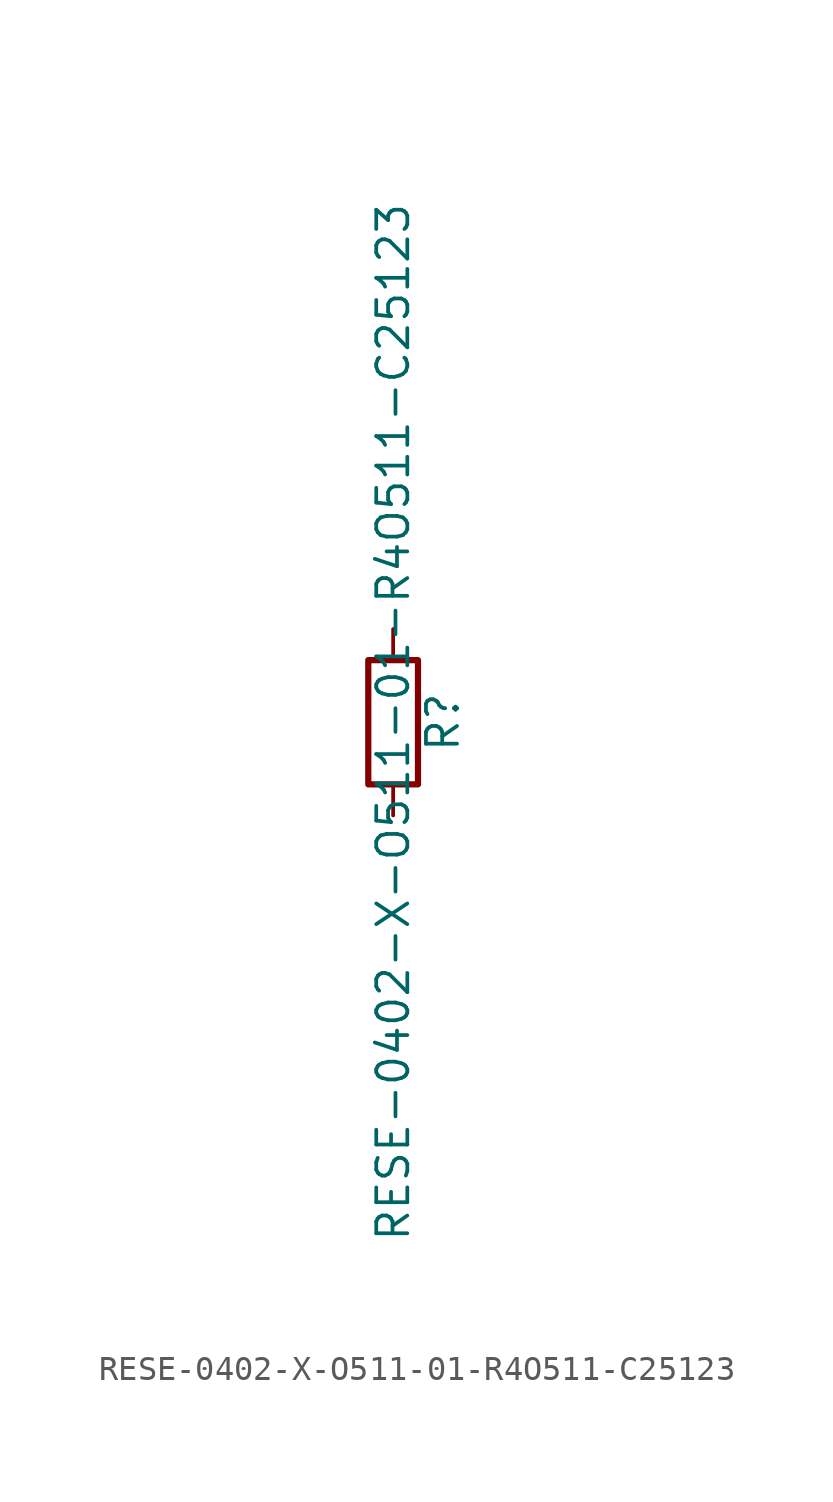
<source format=kicad_sym>
(kicad_symbol_lib
  (version 20211014)
  (generator kicad_symbol_editor)
  (symbol "RESE-0402-X-O511-01-R4O511-C25123"
    (pin_numbers hide)
    (pin_names
      (offset 0))
    (property "Reference" "R"
      (at 2.032 0 90)
      (effects (font (size 1.27 1.27))))
    (property "Value" "RESE-0402-X-O511-01-R4O511-C25123"
      (at 0 0 90)
      (effects (font (size 1.27 1.27))))
    (symbol "RESE-0402-X-O511-01-R4O511-C25123_0_1"
      (rectangle (start -1.016 -2.54) (end 1.016 2.54) (stroke (width 0.254) (type default) (color 0 0 0 0)) (fill (type none))))
    (symbol "RESE-0402-X-O511-01-R4O511-C25123_1_1"
      (pin passive line (at 0 3.81 270) (length 1.27) (name "~" (effects (font (size 1.27 1.27)))) (number "1" (effects (font (size 1.27 1.27)))))
      (pin passive line (at 0 -3.81 90) (length 1.27) (name "~" (effects (font (size 1.27 1.27)))) (number "2" (effects (font (size 1.27 1.27))))))))
</source>
